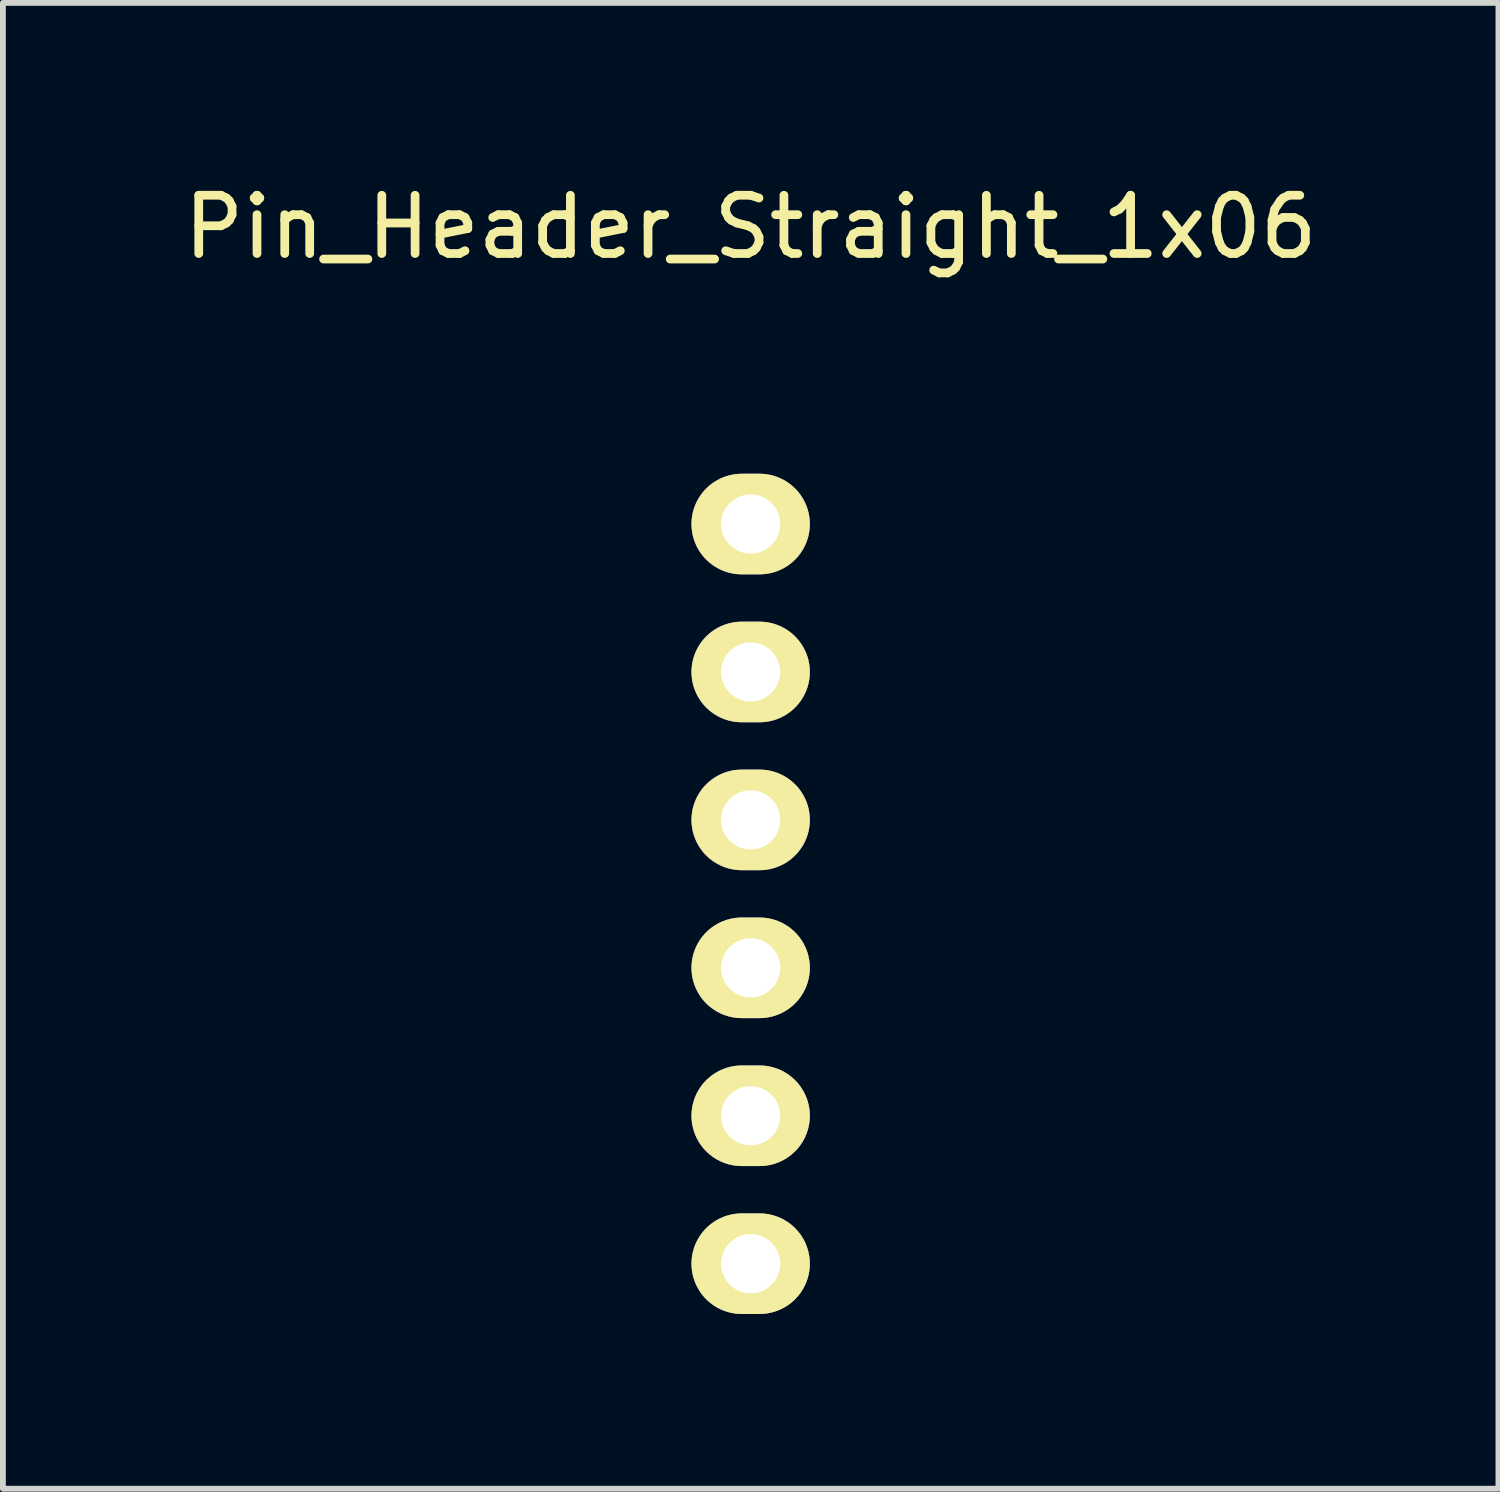
<source format=kicad_pcb>
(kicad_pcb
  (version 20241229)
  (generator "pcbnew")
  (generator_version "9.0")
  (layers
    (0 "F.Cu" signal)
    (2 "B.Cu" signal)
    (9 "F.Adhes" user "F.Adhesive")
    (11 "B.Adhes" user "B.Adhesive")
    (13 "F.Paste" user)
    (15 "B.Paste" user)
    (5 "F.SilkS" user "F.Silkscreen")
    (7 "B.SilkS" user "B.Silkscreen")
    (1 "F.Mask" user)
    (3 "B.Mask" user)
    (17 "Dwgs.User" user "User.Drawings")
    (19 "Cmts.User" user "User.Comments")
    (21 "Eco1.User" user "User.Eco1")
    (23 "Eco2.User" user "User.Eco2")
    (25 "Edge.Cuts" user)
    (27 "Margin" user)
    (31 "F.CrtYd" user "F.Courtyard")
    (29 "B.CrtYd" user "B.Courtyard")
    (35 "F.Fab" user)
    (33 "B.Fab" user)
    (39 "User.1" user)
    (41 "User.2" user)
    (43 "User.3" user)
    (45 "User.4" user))
  (footprint "Pin_Header_Straight_1x06"
    (layer "F.Cu")
    (at 9.839 5.948)
    (property "Reference" "Pin_Header_Straight_1x06" (at 0 -5.1 0) (layer "F.SilkS") (effects (font (size 1 1) (thickness 0.15))))
    (attr through_hole)
    (pad "1" thru_hole oval (at 0 0) (size 2.032 1.727) (drill 1.016) (layers "*.Cu" "*.Mask" "F.SilkS"))
    (pad "2" thru_hole oval (at 0 2.54) (size 2.032 1.727) (drill 1.016) (layers "*.Cu" "*.Mask" "F.SilkS"))
    (pad "3" thru_hole oval (at 0 5.08) (size 2.032 1.727) (drill 1.016) (layers "*.Cu" "*.Mask" "F.SilkS"))
    (pad "4" thru_hole oval (at 0 7.62) (size 2.032 1.727) (drill 1.016) (layers "*.Cu" "*.Mask" "F.SilkS"))
    (pad "5" thru_hole oval (at 0 10.16) (size 2.032 1.727) (drill 1.016) (layers "*.Cu" "*.Mask" "F.SilkS"))
    (pad "6" thru_hole oval (at 0 12.7) (size 2.032 1.727) (drill 1.016) (layers "*.Cu" "*.Mask" "F.SilkS")))
  (gr_rect
    (start -3 -3)
    (end 22.679 22.512)
    (stroke (width 0.1) (type default))
    (fill no)
    (layer "Edge.Cuts")))
</source>
